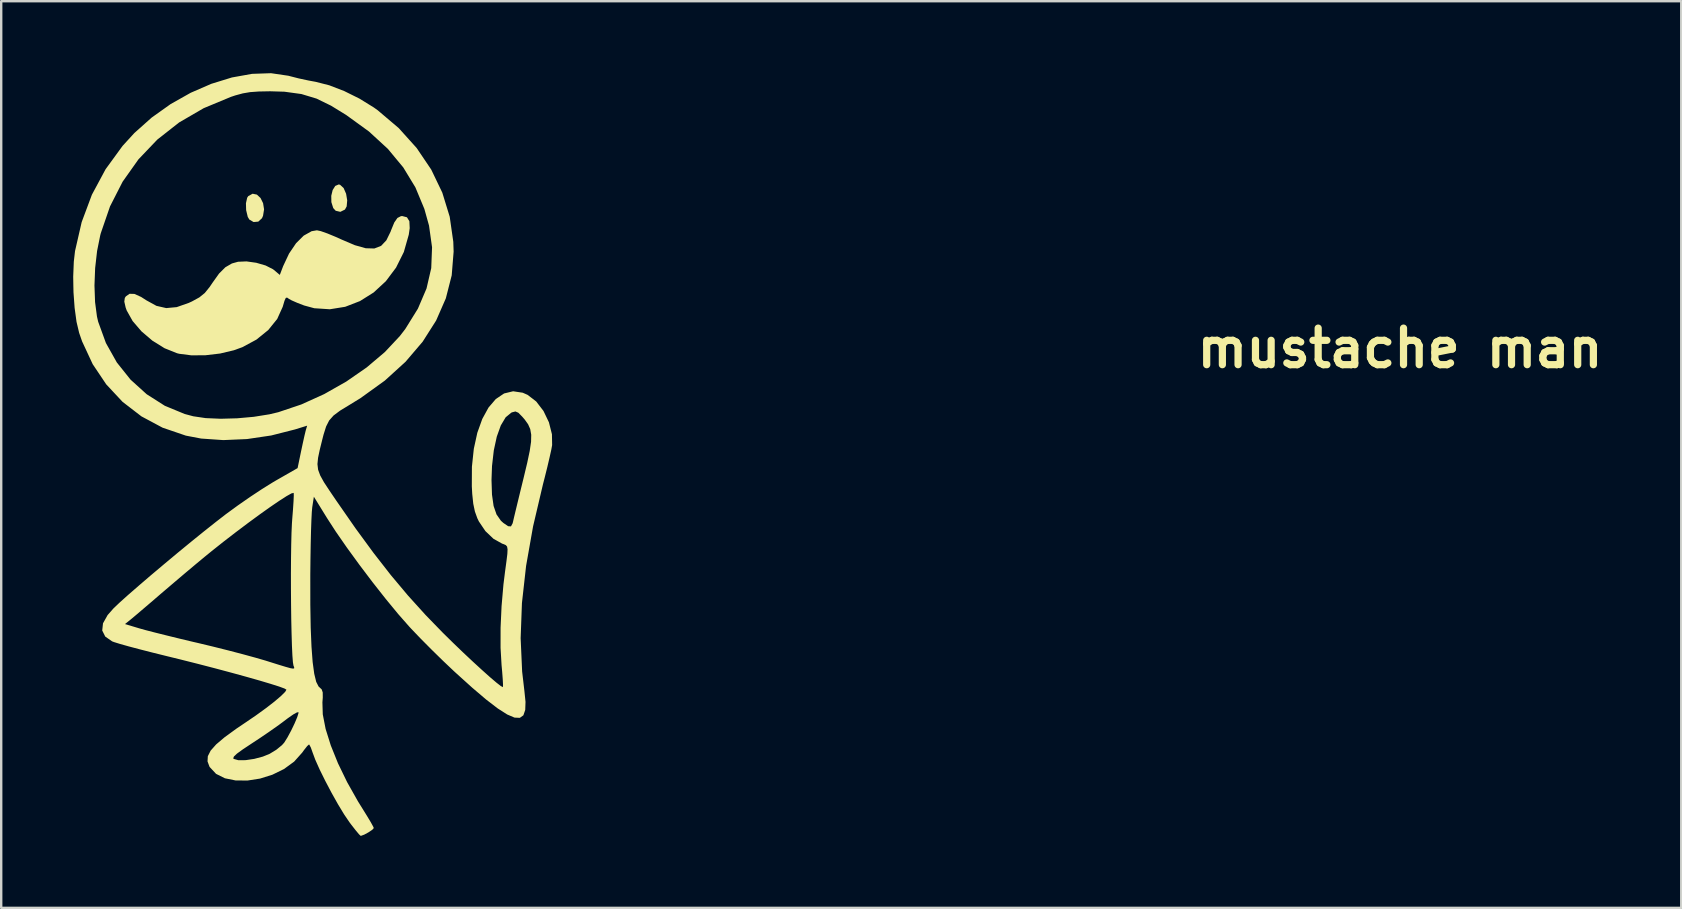
<source format=kicad_pcb>
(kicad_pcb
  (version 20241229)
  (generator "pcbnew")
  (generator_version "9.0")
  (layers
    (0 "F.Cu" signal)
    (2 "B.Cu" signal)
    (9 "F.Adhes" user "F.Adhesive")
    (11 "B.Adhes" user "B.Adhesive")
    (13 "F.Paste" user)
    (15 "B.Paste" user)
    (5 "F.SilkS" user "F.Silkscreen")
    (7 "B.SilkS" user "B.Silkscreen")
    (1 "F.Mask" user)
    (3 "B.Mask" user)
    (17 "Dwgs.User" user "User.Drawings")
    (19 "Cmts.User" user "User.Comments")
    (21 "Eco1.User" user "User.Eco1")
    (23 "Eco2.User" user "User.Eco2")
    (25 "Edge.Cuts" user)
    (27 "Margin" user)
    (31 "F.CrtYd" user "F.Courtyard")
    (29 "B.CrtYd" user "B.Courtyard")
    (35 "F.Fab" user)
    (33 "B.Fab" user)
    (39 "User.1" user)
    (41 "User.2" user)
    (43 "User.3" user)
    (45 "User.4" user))
  (footprint "mustache man"
    (layer "F.Cu")
    (at 55.281 11.455)
    (property "Reference" "mustache man" (at 0 0 0) (layer "F.SilkS") (effects (font (size 1.524 1.524) (thickness 0.3))))
    (attr board_only exclude_from_pos_files exclude_from_bom)
    (fp_poly (pts (xy -44.163 -6.807) (xy -44.015 -6.671) (xy -43.911 -6.433) (xy -43.865 -6.157) (xy -43.887 -5.907) (xy -43.959 -5.774) (xy -44.151 -5.679) (xy -44.345 -5.724) (xy -44.447 -5.836) (xy -44.525 -6.083) (xy -44.529 -6.348) (xy -44.471 -6.587) (xy -44.363 -6.759) (xy -44.219 -6.82)) (stroke (width 0) (type solid)) (fill yes) (layer "F.SilkS"))
    (fp_poly (pts (xy -47.628 -6.397) (xy -47.476 -6.255) (xy -47.37 -6.04) (xy -47.329 -5.782) (xy -47.372 -5.514) (xy -47.416 -5.413) (xy -47.57 -5.271) (xy -47.766 -5.254) (xy -47.942 -5.357) (xy -48.008 -5.467) (xy -48.076 -5.749) (xy -48.084 -6.037) (xy -48.033 -6.265) (xy -47.989 -6.333) (xy -47.806 -6.434)) (stroke (width 0) (type solid)) (fill yes) (layer "F.SilkS"))
    (fp_poly (pts (xy -41.376 -5.452) (xy -41.275 -5.289) (xy -41.261 -5) (xy -41.3 -4.727) (xy -41.506 -4.005) (xy -41.83 -3.355) (xy -42.255 -2.789) (xy -42.762 -2.32) (xy -43.333 -1.961) (xy -43.948 -1.723) (xy -44.589 -1.62) (xy -45.238 -1.663) (xy -45.661 -1.778) (xy -45.949 -1.889) (xy -46.179 -1.99) (xy -46.294 -2.054) (xy -46.372 -2.108) (xy -46.425 -2.091) (xy -46.478 -1.973) (xy -46.552 -1.723) (xy -46.554 -1.718) (xy -46.781 -1.217) (xy -47.153 -0.756) (xy -47.645 -0.357) (xy -48.231 -0.041) (xy -48.585 0.088) (xy -49.159 0.224) (xy -49.769 0.296) (xy -50.356 0.3) (xy -50.863 0.235) (xy -50.955 0.212) (xy -51.476 0.003) (xy -51.981 -0.311) (xy -52.436 -0.699) (xy -52.805 -1.129) (xy -53.053 -1.571) (xy -53.097 -1.696) (xy -53.152 -1.939) (xy -53.131 -2.091) (xy -53.088 -2.156) (xy -52.934 -2.265) (xy -52.729 -2.259) (xy -52.451 -2.133) (xy -52.228 -1.99) (xy -51.813 -1.762) (xy -51.405 -1.669) (xy -50.969 -1.709) (xy -50.471 -1.883) (xy -50.332 -1.947) (xy -50.025 -2.115) (xy -49.799 -2.298) (xy -49.593 -2.553) (xy -49.485 -2.714) (xy -49.204 -3.108) (xy -48.943 -3.369) (xy -48.669 -3.528) (xy -48.414 -3.599) (xy -48.061 -3.614) (xy -47.654 -3.557) (xy -47.265 -3.444) (xy -46.96 -3.289) (xy -46.915 -3.255) (xy -46.673 -3.051) (xy -46.534 -3.417) (xy -46.288 -3.94) (xy -45.996 -4.371) (xy -45.677 -4.688) (xy -45.348 -4.872) (xy -45.127 -4.91) (xy -44.964 -4.875) (xy -44.692 -4.779) (xy -44.355 -4.64) (xy -44.111 -4.53) (xy -43.546 -4.289) (xy -43.092 -4.162) (xy -42.734 -4.152) (xy -42.453 -4.261) (xy -42.234 -4.493) (xy -42.059 -4.85) (xy -42.039 -4.906) (xy -41.904 -5.235) (xy -41.773 -5.424) (xy -41.626 -5.499) (xy -41.571 -5.503)) (stroke (width 0) (type solid)) (fill yes) (layer "F.SilkS"))
    (fp_poly (pts (xy -46.315 -11.349) (xy -46.228 -11.326) (xy -45.887 -11.239) (xy -45.479 -11.151) (xy -45.17 -11.094) (xy -44.611 -10.951) (xy -43.989 -10.711) (xy -43.354 -10.396) (xy -42.761 -10.03) (xy -42.599 -9.915) (xy -41.719 -9.169) (xy -40.972 -8.339) (xy -40.364 -7.439) (xy -39.903 -6.479) (xy -39.594 -5.473) (xy -39.445 -4.432) (xy -39.431 -4.022) (xy -39.511 -3.033) (xy -39.756 -2.074) (xy -40.16 -1.151) (xy -40.721 -0.269) (xy -41.434 0.567) (xy -42.296 1.351) (xy -43.303 2.077) (xy -43.777 2.369) (xy -44.164 2.605) (xy -44.433 2.806) (xy -44.616 3.012) (xy -44.744 3.264) (xy -44.851 3.604) (xy -44.904 3.811) (xy -45.01 4.239) (xy -45.079 4.567) (xy -45.105 4.831) (xy -45.078 5.065) (xy -44.99 5.304) (xy -44.835 5.584) (xy -44.602 5.939) (xy -44.317 6.358) (xy -43.518 7.508) (xy -42.768 8.531) (xy -42.047 9.456) (xy -41.333 10.307) (xy -40.603 11.114) (xy -39.883 11.856) (xy -39.468 12.264) (xy -39.047 12.669) (xy -38.636 13.055) (xy -38.254 13.405) (xy -37.92 13.704) (xy -37.65 13.934) (xy -37.464 14.079) (xy -37.379 14.123) (xy -37.377 14.122) (xy -37.373 14.031) (xy -37.384 13.808) (xy -37.408 13.489) (xy -37.434 13.206) (xy -37.476 12.484) (xy -37.475 11.65) (xy -37.434 10.752) (xy -37.355 9.842) (xy -37.29 9.32) (xy -37.23 8.877) (xy -37.193 8.574) (xy -37.184 8.38) (xy -37.204 8.267) (xy -37.258 8.206) (xy -37.348 8.166) (xy -37.409 8.145) (xy -37.77 7.944) (xy -38.109 7.621) (xy -38.38 7.219) (xy -38.442 7.091) (xy -38.545 6.806) (xy -38.613 6.483) (xy -38.656 6.072) (xy -38.673 5.757) (xy -38.672 5.491) (xy -37.853 5.491) (xy -37.833 6.103) (xy -37.766 6.575) (xy -37.644 6.929) (xy -37.462 7.19) (xy -37.359 7.283) (xy -37.159 7.419) (xy -37.042 7.426) (xy -36.973 7.298) (xy -36.953 7.218) (xy -36.918 7.064) (xy -36.849 6.776) (xy -36.754 6.384) (xy -36.641 5.919) (xy -36.516 5.41) (xy -36.514 5.401) (xy -36.364 4.774) (xy -36.261 4.284) (xy -36.205 3.904) (xy -36.198 3.61) (xy -36.239 3.374) (xy -36.329 3.171) (xy -36.47 2.974) (xy -36.571 2.857) (xy -36.734 2.691) (xy -36.856 2.638) (xy -36.997 2.674) (xy -37.028 2.688) (xy -37.263 2.881) (xy -37.466 3.221) (xy -37.633 3.687) (xy -37.757 4.258) (xy -37.832 4.913) (xy -37.853 5.491) (xy -38.672 5.491) (xy -38.669 4.941) (xy -38.59 4.193) (xy -38.444 3.525) (xy -38.237 2.949) (xy -37.978 2.476) (xy -37.672 2.118) (xy -37.328 1.888) (xy -36.952 1.797) (xy -36.553 1.857) (xy -36.35 1.946) (xy -35.991 2.222) (xy -35.687 2.618) (xy -35.461 3.089) (xy -35.335 3.587) (xy -35.327 4.039) (xy -35.362 4.232) (xy -35.433 4.551) (xy -35.529 4.96) (xy -35.644 5.421) (xy -35.709 5.673) (xy -36.121 7.426) (xy -36.412 9.072) (xy -36.585 10.621) (xy -36.639 12.084) (xy -36.577 13.473) (xy -36.482 14.288) (xy -36.436 14.737) (xy -36.448 15.074) (xy -36.525 15.297) (xy -36.672 15.403) (xy -36.895 15.393) (xy -37.199 15.263) (xy -37.591 15.013) (xy -38.077 14.64) (xy -38.661 14.143) (xy -39.351 13.52) (xy -39.431 13.446) (xy -39.866 13.034) (xy -40.338 12.572) (xy -40.798 12.109) (xy -41.194 11.695) (xy -41.283 11.599) (xy -41.742 11.077) (xy -42.26 10.448) (xy -42.808 9.752) (xy -43.357 9.026) (xy -43.878 8.31) (xy -44.342 7.641) (xy -44.707 7.077) (xy -45.254 6.19) (xy -45.322 6.63) (xy -45.34 6.828) (xy -45.357 7.168) (xy -45.373 7.627) (xy -45.386 8.176) (xy -45.396 8.79) (xy -45.403 9.444) (xy -45.403 9.567) (xy -45.402 10.688) (xy -45.386 11.644) (xy -45.353 12.44) (xy -45.305 13.079) (xy -45.239 13.565) (xy -45.157 13.903) (xy -45.058 14.097) (xy -45.023 14.129) (xy -44.928 14.218) (xy -44.885 14.345) (xy -44.883 14.559) (xy -44.898 14.758) (xy -44.883 15.258) (xy -44.765 15.863) (xy -44.55 16.55) (xy -44.249 17.297) (xy -43.869 18.081) (xy -43.418 18.881) (xy -43.237 19.172) (xy -43.04 19.49) (xy -42.881 19.755) (xy -42.782 19.936) (xy -42.757 19.996) (xy -42.823 20.069) (xy -42.978 20.173) (xy -43.155 20.269) (xy -43.291 20.319) (xy -43.303 20.32) (xy -43.372 20.257) (xy -43.513 20.088) (xy -43.702 19.846) (xy -43.775 19.748) (xy -43.994 19.425) (xy -44.249 19.004) (xy -44.518 18.525) (xy -44.779 18.029) (xy -45.013 17.556) (xy -45.196 17.146) (xy -45.306 16.85) (xy -45.38 16.641) (xy -45.443 16.523) (xy -45.458 16.513) (xy -45.532 16.579) (xy -45.661 16.741) (xy -45.739 16.85) (xy -46.075 17.226) (xy -46.498 17.535) (xy -46.981 17.772) (xy -47.497 17.934) (xy -48.017 18.015) (xy -48.514 18.012) (xy -48.961 17.921) (xy -49.329 17.737) (xy -49.591 17.456) (xy -49.606 17.431) (xy -49.685 17.217) (xy -49.677 17.089) (xy -48.613 17.089) (xy -48.592 17.114) (xy -48.397 17.169) (xy -48.095 17.166) (xy -47.739 17.113) (xy -47.38 17.018) (xy -47.098 16.903) (xy -46.82 16.734) (xy -46.583 16.54) (xy -46.489 16.435) (xy -46.352 16.215) (xy -46.199 15.931) (xy -46.056 15.633) (xy -45.946 15.371) (xy -45.892 15.196) (xy -45.89 15.175) (xy -45.95 15.172) (xy -46.11 15.26) (xy -46.339 15.419) (xy -46.419 15.48) (xy -46.711 15.698) (xy -47.094 15.968) (xy -47.511 16.252) (xy -47.83 16.462) (xy -48.209 16.713) (xy -48.456 16.892) (xy -48.585 17.013) (xy -48.613 17.089) (xy -49.677 17.089) (xy -49.672 17.001) (xy -49.555 16.769) (xy -49.325 16.51) (xy -48.97 16.209) (xy -48.48 15.853) (xy -48.133 15.619) (xy -47.676 15.308) (xy -47.258 15.005) (xy -46.9 14.728) (xy -46.624 14.493) (xy -46.449 14.319) (xy -46.397 14.229) (xy -46.477 14.182) (xy -46.702 14.099) (xy -47.055 13.987) (xy -47.517 13.849) (xy -48.071 13.692) (xy -48.697 13.52) (xy -49.378 13.338) (xy -50.095 13.152) (xy -50.829 12.967) (xy -51.393 12.829) (xy -51.965 12.687) (xy -52.497 12.551) (xy -52.961 12.428) (xy -53.331 12.324) (xy -53.579 12.247) (xy -53.66 12.216) (xy -53.946 12.017) (xy -54.072 11.765) (xy -54.043 11.496) (xy -53.123 11.496) (xy -52.533 11.673) (xy -52.273 11.746) (xy -51.883 11.847) (xy -51.395 11.969) (xy -50.845 12.104) (xy -50.267 12.242) (xy -50.08 12.285) (xy -49.463 12.433) (xy -48.828 12.592) (xy -48.22 12.751) (xy -47.683 12.898) (xy -47.259 13.021) (xy -47.202 13.039) (xy -46.744 13.183) (xy -46.425 13.28) (xy -46.222 13.336) (xy -46.112 13.353) (xy -46.072 13.335) (xy -46.078 13.288) (xy -46.103 13.229) (xy -46.127 13.087) (xy -46.149 12.799) (xy -46.168 12.391) (xy -46.183 11.887) (xy -46.196 11.31) (xy -46.204 10.686) (xy -46.209 10.038) (xy -46.21 9.391) (xy -46.206 8.77) (xy -46.198 8.198) (xy -46.186 7.699) (xy -46.168 7.299) (xy -46.155 7.116) (xy -46.123 6.713) (xy -46.101 6.376) (xy -46.091 6.138) (xy -46.095 6.032) (xy -46.097 6.03) (xy -46.188 6.052) (xy -46.394 6.167) (xy -46.696 6.361) (xy -47.076 6.62) (xy -47.516 6.933) (xy -47.997 7.286) (xy -48.502 7.666) (xy -49.012 8.059) (xy -49.509 8.454) (xy -49.794 8.686) (xy -50.163 8.992) (xy -50.611 9.368) (xy -51.086 9.771) (xy -51.54 10.158) (xy -51.657 10.258) (xy -52.027 10.577) (xy -52.367 10.867) (xy -52.65 11.108) (xy -52.848 11.274) (xy -52.914 11.328) (xy -53.123 11.496) (xy -54.043 11.496) (xy -54.04 11.465) (xy -53.848 11.122) (xy -53.606 10.847) (xy -53.36 10.612) (xy -53.003 10.291) (xy -52.558 9.904) (xy -52.05 9.468) (xy -51.499 9.004) (xy -50.93 8.529) (xy -50.364 8.064) (xy -49.824 7.627) (xy -49.333 7.238) (xy -48.915 6.914) (xy -48.894 6.899) (xy -48.426 6.557) (xy -47.915 6.202) (xy -47.413 5.87) (xy -46.973 5.596) (xy -46.851 5.524) (xy -45.932 4.998) (xy -45.787 4.298) (xy -45.713 3.951) (xy -45.646 3.649) (xy -45.597 3.446) (xy -45.588 3.414) (xy -45.534 3.23) (xy -46.04 3.387) (xy -47.032 3.639) (xy -48.04 3.788) (xy -49.026 3.831) (xy -49.95 3.767) (xy -50.588 3.645) (xy -51.557 3.314) (xy -52.439 2.842) (xy -53.224 2.238) (xy -53.904 1.51) (xy -54.469 0.668) (xy -54.91 -0.28) (xy -55.033 -0.635) (xy -55.143 -1.099) (xy -55.222 -1.679) (xy -55.269 -2.324) (xy -55.275 -2.607) (xy -54.395 -2.607) (xy -54.37 -1.918) (xy -54.291 -1.317) (xy -54.241 -1.101) (xy -53.918 -0.213) (xy -53.463 0.597) (xy -52.891 1.313) (xy -52.22 1.92) (xy -51.463 2.402) (xy -50.637 2.743) (xy -50.278 2.839) (xy -49.762 2.915) (xy -49.135 2.942) (xy -48.45 2.923) (xy -47.757 2.861) (xy -47.107 2.757) (xy -46.736 2.669) (xy -45.776 2.346) (xy -44.823 1.914) (xy -43.906 1.394) (xy -43.054 0.804) (xy -42.299 0.165) (xy -41.671 -0.505) (xy -41.446 -0.797) (xy -40.92 -1.644) (xy -40.56 -2.486) (xy -40.364 -3.334) (xy -40.33 -4.203) (xy -40.456 -5.105) (xy -40.65 -5.8) (xy -41.024 -6.698) (xy -41.529 -7.529) (xy -42.172 -8.303) (xy -42.961 -9.028) (xy -43.905 -9.712) (xy -44.537 -10.101) (xy -45.141 -10.396) (xy -45.773 -10.587) (xy -46.479 -10.684) (xy -47.075 -10.702) (xy -47.547 -10.693) (xy -47.908 -10.667) (xy -48.214 -10.615) (xy -48.524 -10.531) (xy -48.708 -10.47) (xy -49.844 -9.998) (xy -50.868 -9.403) (xy -51.777 -8.689) (xy -52.563 -7.865) (xy -53.222 -6.935) (xy -53.747 -5.906) (xy -54.133 -4.784) (xy -54.155 -4.699) (xy -54.286 -4.048) (xy -54.367 -3.333) (xy -54.395 -2.607) (xy -55.275 -2.607) (xy -55.281 -2.982) (xy -55.256 -3.602) (xy -55.205 -4.045) (xy -54.928 -5.252) (xy -54.502 -6.393) (xy -53.932 -7.454) (xy -53.226 -8.424) (xy -52.734 -8.962) (xy -52.012 -9.606) (xy -51.221 -10.169) (xy -50.385 -10.64) (xy -49.526 -11.013) (xy -48.667 -11.278) (xy -47.83 -11.428) (xy -47.038 -11.455)) (stroke (width 0) (type solid)) (fill yes) (layer "F.SilkS")))
  (gr_rect
    (start -3 -3)
    (end 66.997 34.775)
    (stroke (width 0.1) (type default))
    (fill no)
    (layer "Edge.Cuts")))
</source>
